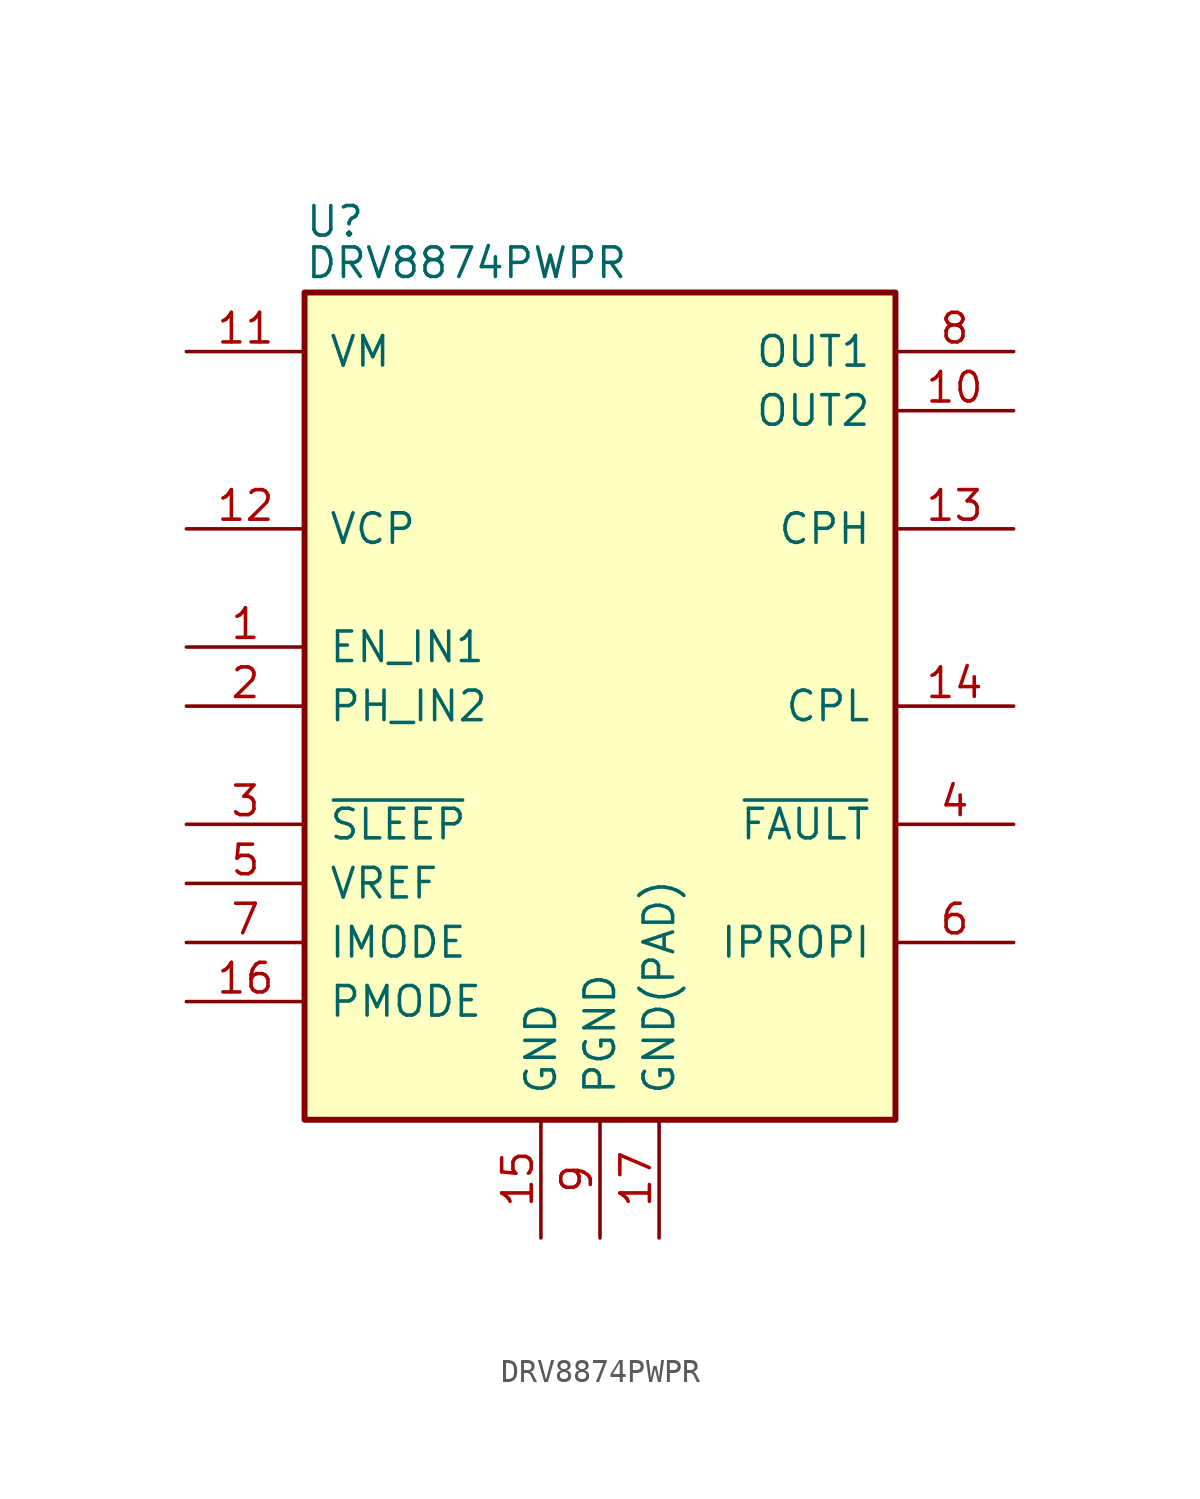
<source format=kicad_sym>
(kicad_symbol_lib
  (version 20241209)
  (generator "kicad_symbol_editor")
  (generator_version "9.0")
  (symbol "DRV8874PWPR"
    (pin_names
      (offset 1.016))
    (property "Reference" "U"
      (at -12.7 20.828 0)
      (effects (font (size 1.27 1.27)) (justify left)))
    (property "Value" "DRV8874PWPR"
      (at -12.7 19.05 0)
      (effects (font (size 1.27 1.27)) (justify left)))
    (symbol "DRV8874PWPR_0_1"
      (rectangle (start -12.7 17.78) (end 12.7 -17.78) (stroke (width 0.254) (type default)) (fill (type background))))
    (symbol "DRV8874PWPR_1_1"
      (pin power_in line (at -17.78 15.24 0) (length 5.08) (name "VM" (effects (font (size 1.27 1.27)))) (number "11" (effects (font (size 1.27 1.27)))))
      (pin power_in line (at -17.78 7.62 0) (length 5.08) (name "VCP" (effects (font (size 1.27 1.27)))) (number "12" (effects (font (size 1.27 1.27)))))
      (pin input line (at -17.78 2.54 0) (length 5.08) (name "EN_IN1" (effects (font (size 1.27 1.27)))) (number "1" (effects (font (size 1.27 1.27)))))
      (pin input line (at -17.78 0 0) (length 5.08) (name "PH_IN2" (effects (font (size 1.27 1.27)))) (number "2" (effects (font (size 1.27 1.27)))))
      (pin input line (at -17.78 -5.08 0) (length 5.08) (name "~{SLEEP}" (effects (font (size 1.27 1.27)))) (number "3" (effects (font (size 1.27 1.27)))))
      (pin input line (at -17.78 -7.62 0) (length 5.08) (name "VREF" (effects (font (size 1.27 1.27)))) (number "5" (effects (font (size 1.27 1.27)))))
      (pin input line (at -17.78 -10.16 0) (length 5.08) (name "IMODE" (effects (font (size 1.27 1.27)))) (number "7" (effects (font (size 1.27 1.27)))))
      (pin input line (at -17.78 -12.7 0) (length 5.08) (name "PMODE" (effects (font (size 1.27 1.27)))) (number "16" (effects (font (size 1.27 1.27)))))
      (pin power_in line (at -2.54 -22.86 90) (length 5.08) (name "GND" (effects (font (size 1.27 1.27)))) (number "15" (effects (font (size 1.27 1.27)))))
      (pin power_in line (at 0 -22.86 90) (length 5.08) (name "PGND" (effects (font (size 1.27 1.27)))) (number "9" (effects (font (size 1.27 1.27)))))
      (pin power_in line (at 2.54 -22.86 90) (length 5.08) (name "GND(PAD)" (effects (font (size 1.27 1.27)))) (number "17" (effects (font (size 1.27 1.27)))))
      (pin power_out line (at 17.78 15.24 180) (length 5.08) (name "OUT1" (effects (font (size 1.27 1.27)))) (number "8" (effects (font (size 1.27 1.27)))))
      (pin power_out line (at 17.78 12.7 180) (length 5.08) (name "OUT2" (effects (font (size 1.27 1.27)))) (number "10" (effects (font (size 1.27 1.27)))))
      (pin power_in line (at 17.78 7.62 180) (length 5.08) (name "CPH" (effects (font (size 1.27 1.27)))) (number "13" (effects (font (size 1.27 1.27)))))
      (pin power_in line (at 17.78 0 180) (length 5.08) (name "CPL" (effects (font (size 1.27 1.27)))) (number "14" (effects (font (size 1.27 1.27)))))
      (pin open_collector line (at 17.78 -5.08 180) (length 5.08) (name "~{FAULT}" (effects (font (size 1.27 1.27)))) (number "4" (effects (font (size 1.27 1.27)))))
      (pin output line (at 17.78 -10.16 180) (length 5.08) (name "IPROPI" (effects (font (size 1.27 1.27)))) (number "6" (effects (font (size 1.27 1.27))))))))
</source>
